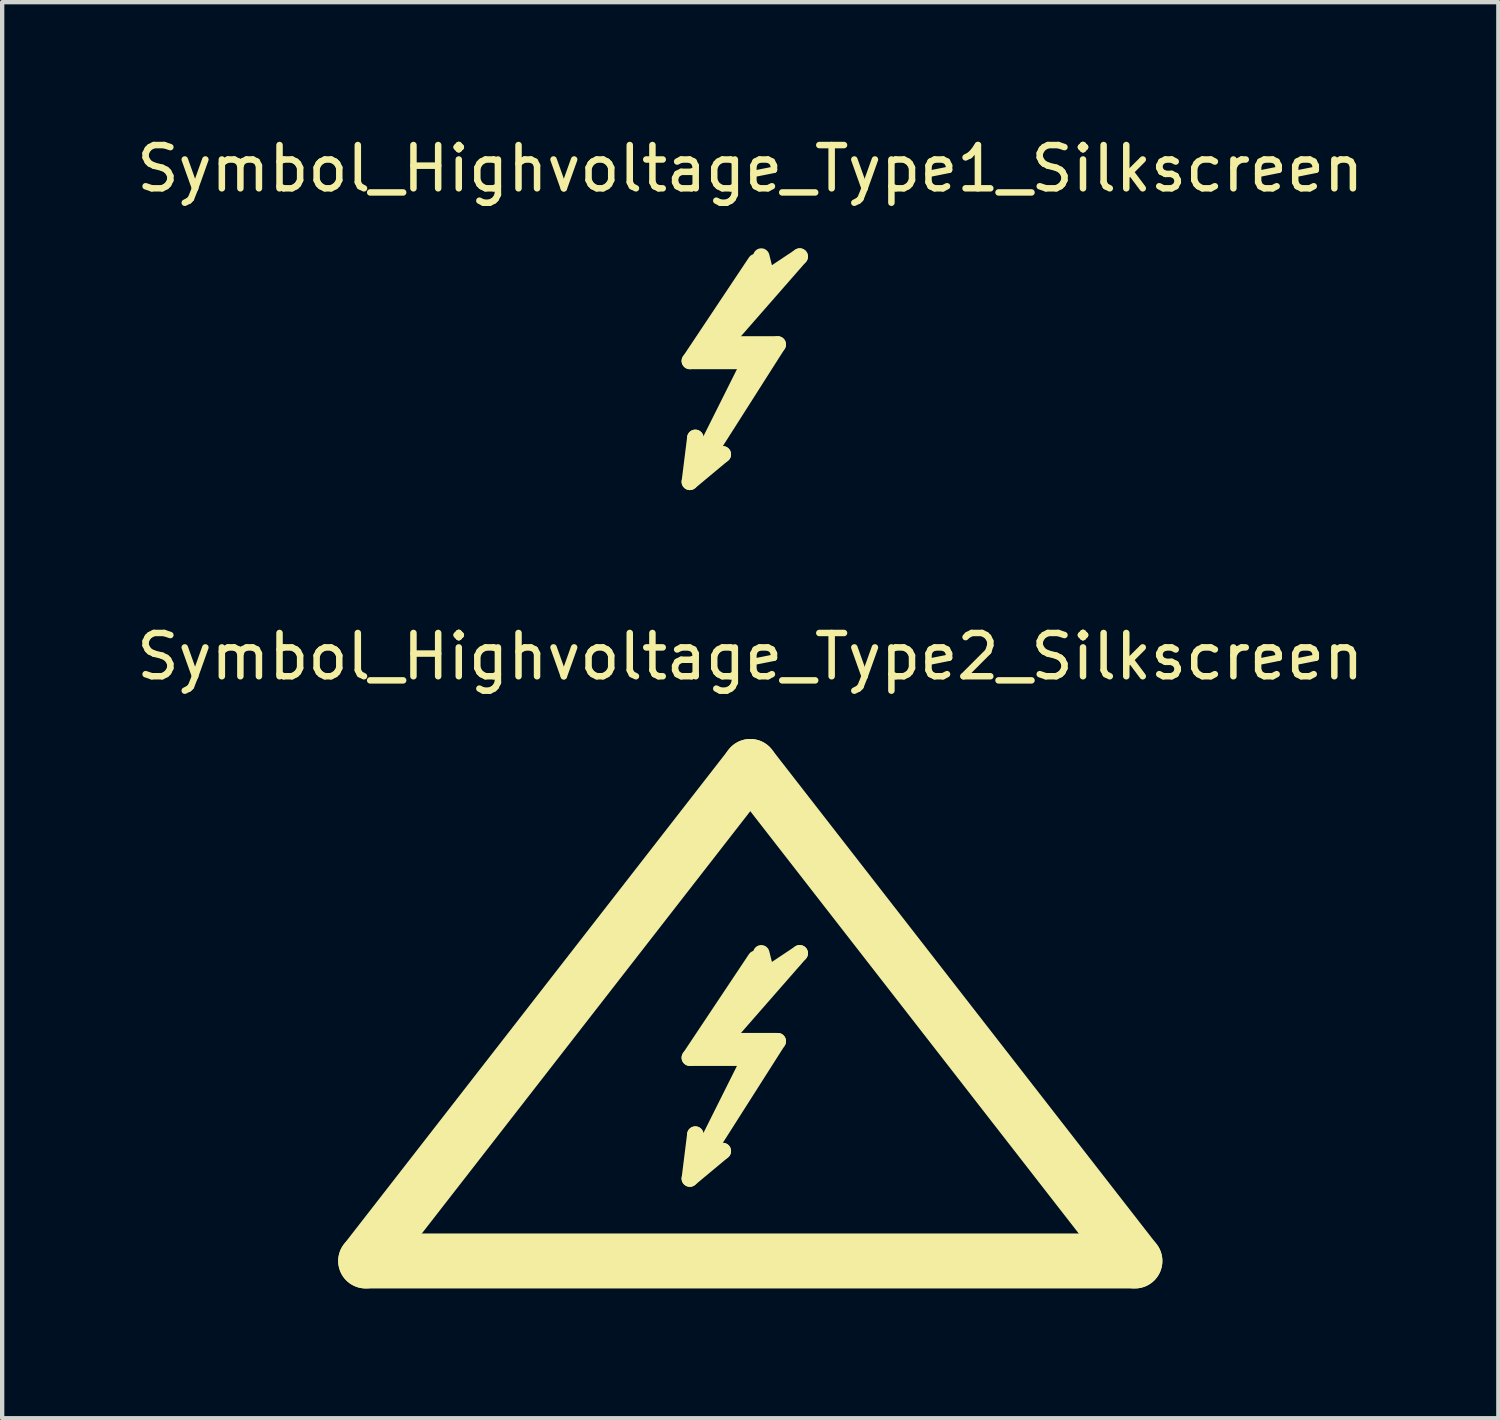
<source format=kicad_pcb>
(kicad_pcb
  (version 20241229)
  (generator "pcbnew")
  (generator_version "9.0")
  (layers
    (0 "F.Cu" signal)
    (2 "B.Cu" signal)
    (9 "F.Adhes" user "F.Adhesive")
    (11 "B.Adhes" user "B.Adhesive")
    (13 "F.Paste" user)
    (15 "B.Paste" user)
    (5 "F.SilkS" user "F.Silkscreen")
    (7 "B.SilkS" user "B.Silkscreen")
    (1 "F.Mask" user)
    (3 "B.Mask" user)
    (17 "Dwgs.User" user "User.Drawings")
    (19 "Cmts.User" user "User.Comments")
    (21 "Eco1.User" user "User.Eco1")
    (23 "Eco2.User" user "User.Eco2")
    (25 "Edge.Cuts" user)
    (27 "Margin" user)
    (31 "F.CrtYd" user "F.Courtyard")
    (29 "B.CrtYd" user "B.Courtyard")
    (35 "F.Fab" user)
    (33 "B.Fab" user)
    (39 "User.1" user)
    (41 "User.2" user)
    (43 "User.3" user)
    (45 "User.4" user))
  (footprint "Symbol_Highvoltage_Type2_Silkscreen"
    (layer "F.Cu")
    (at 14.292 22.286)
    (property "Reference" "Symbol_Highvoltage_Type2_Silkscreen" (at 0 -10.16 0) (layer "F.SilkS") (effects (font (size 1 1) (thickness 0.15))))
    (attr exclude_from_pos_files exclude_from_bom)
    (fp_line (start -8.89 3.81) (end 0 -7.62) (stroke (width 1.27) (type solid)) (layer "F.SilkS"))
    (fp_line (start -1.397 -0.889) (end 0 -0.889) (stroke (width 0.381) (type solid)) (layer "F.SilkS"))
    (fp_line (start -1.397 1.905) (end -0.635 1.27) (stroke (width 0.381) (type solid)) (layer "F.SilkS"))
    (fp_line (start -1.27 0.889) (end -1.397 1.905) (stroke (width 0.381) (type solid)) (layer "F.SilkS"))
    (fp_line (start -1.143 1.397) (end -1.27 0.889) (stroke (width 0.381) (type solid)) (layer "F.SilkS"))
    (fp_line (start -1.143 1.524) (end 0.635 -1.27) (stroke (width 0.381) (type solid)) (layer "F.SilkS"))
    (fp_line (start -1.016 -1.016) (end 0.254 -1.016) (stroke (width 0.381) (type solid)) (layer "F.SilkS"))
    (fp_line (start -0.635 -1.27) (end 1.143 -3.302) (stroke (width 0.381) (type solid)) (layer "F.SilkS"))
    (fp_line (start -0.635 1.27) (end -1.143 1.524) (stroke (width 0.381) (type solid)) (layer "F.SilkS"))
    (fp_line (start 0 -7.62) (end 8.89 3.81) (stroke (width 1.27) (type solid)) (layer "F.SilkS"))
    (fp_line (start 0 -0.889) (end -1.143 1.397) (stroke (width 0.381) (type solid)) (layer "F.SilkS"))
    (fp_line (start 0.127 -3.175) (end -1.397 -0.889) (stroke (width 0.381) (type solid)) (layer "F.SilkS"))
    (fp_line (start 0.381 -2.921) (end -1.016 -1.016) (stroke (width 0.381) (type solid)) (layer "F.SilkS"))
    (fp_line (start 0.381 -2.794) (end 0.254 -3.302) (stroke (width 0.381) (type solid)) (layer "F.SilkS"))
    (fp_line (start 0.635 -1.27) (end -0.635 -1.27) (stroke (width 0.381) (type solid)) (layer "F.SilkS"))
    (fp_line (start 1.143 -3.302) (end 0.381 -2.794) (stroke (width 0.381) (type solid)) (layer "F.SilkS"))
    (fp_line (start 8.89 3.81) (end -8.89 3.81) (stroke (width 1.27) (type solid)) (layer "F.SilkS")))
  (footprint "Symbol_Highvoltage_Type1_Silkscreen"
    (layer "F.Cu")
    (at 13.276 6.055)
    (property "Reference" "Symbol_Highvoltage_Type1_Silkscreen" (at 1.016 -5.207 0) (layer "F.SilkS") (effects (font (size 1 1) (thickness 0.15))))
    (attr exclude_from_pos_files exclude_from_bom)
    (fp_line (start -0.381 -0.762) (end 1.016 -0.762) (stroke (width 0.381) (type solid)) (layer "F.SilkS"))
    (fp_line (start -0.381 2.032) (end 0.381 1.397) (stroke (width 0.381) (type solid)) (layer "F.SilkS"))
    (fp_line (start -0.254 1.016) (end -0.381 2.032) (stroke (width 0.381) (type solid)) (layer "F.SilkS"))
    (fp_line (start -0.127 1.524) (end -0.254 1.016) (stroke (width 0.381) (type solid)) (layer "F.SilkS"))
    (fp_line (start -0.127 1.651) (end 1.651 -1.143) (stroke (width 0.381) (type solid)) (layer "F.SilkS"))
    (fp_line (start 0 -0.889) (end 1.27 -0.889) (stroke (width 0.381) (type solid)) (layer "F.SilkS"))
    (fp_line (start 0.381 -1.143) (end 2.159 -3.175) (stroke (width 0.381) (type solid)) (layer "F.SilkS"))
    (fp_line (start 0.381 1.397) (end -0.127 1.651) (stroke (width 0.381) (type solid)) (layer "F.SilkS"))
    (fp_line (start 1.016 -0.762) (end -0.127 1.524) (stroke (width 0.381) (type solid)) (layer "F.SilkS"))
    (fp_line (start 1.143 -3.048) (end -0.381 -0.762) (stroke (width 0.381) (type solid)) (layer "F.SilkS"))
    (fp_line (start 1.397 -2.794) (end 0 -0.889) (stroke (width 0.381) (type solid)) (layer "F.SilkS"))
    (fp_line (start 1.397 -2.667) (end 1.27 -3.175) (stroke (width 0.381) (type solid)) (layer "F.SilkS"))
    (fp_line (start 1.651 -1.143) (end 0.381 -1.143) (stroke (width 0.381) (type solid)) (layer "F.SilkS"))
    (fp_line (start 2.159 -3.175) (end 1.397 -2.667) (stroke (width 0.381) (type solid)) (layer "F.SilkS")))
  (gr_rect
    (start -3 -3)
    (end 31.583 29.731)
    (stroke (width 0.1) (type default))
    (fill no)
    (layer "Edge.Cuts")))
</source>
